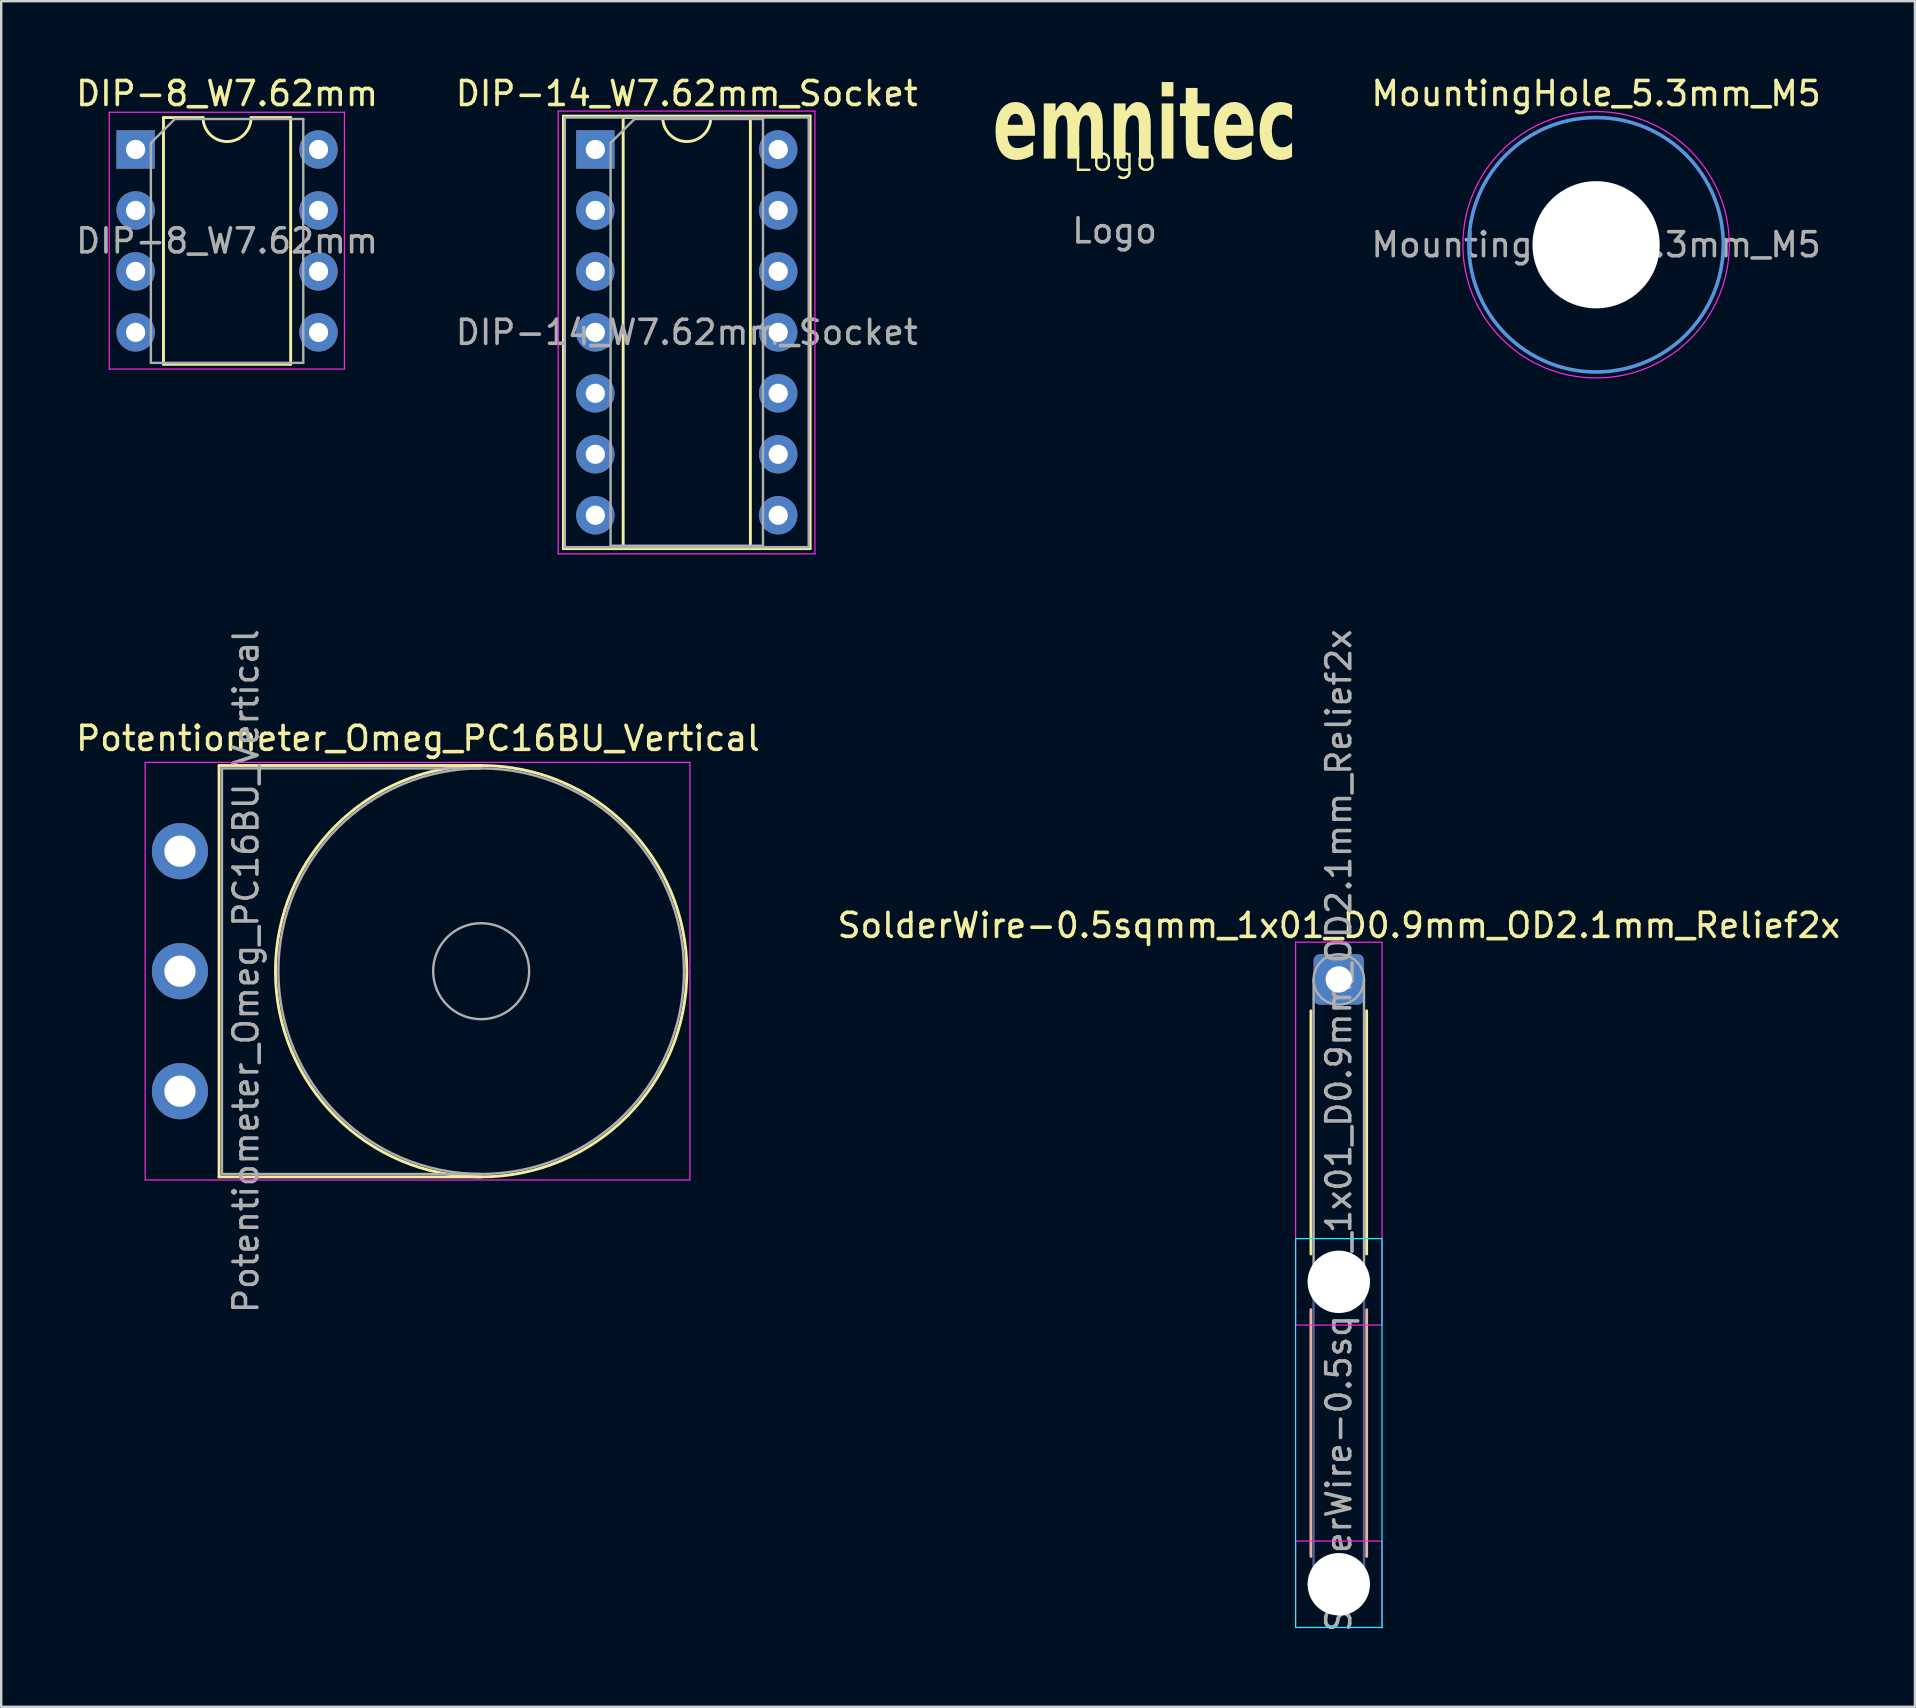
<source format=kicad_pcb>
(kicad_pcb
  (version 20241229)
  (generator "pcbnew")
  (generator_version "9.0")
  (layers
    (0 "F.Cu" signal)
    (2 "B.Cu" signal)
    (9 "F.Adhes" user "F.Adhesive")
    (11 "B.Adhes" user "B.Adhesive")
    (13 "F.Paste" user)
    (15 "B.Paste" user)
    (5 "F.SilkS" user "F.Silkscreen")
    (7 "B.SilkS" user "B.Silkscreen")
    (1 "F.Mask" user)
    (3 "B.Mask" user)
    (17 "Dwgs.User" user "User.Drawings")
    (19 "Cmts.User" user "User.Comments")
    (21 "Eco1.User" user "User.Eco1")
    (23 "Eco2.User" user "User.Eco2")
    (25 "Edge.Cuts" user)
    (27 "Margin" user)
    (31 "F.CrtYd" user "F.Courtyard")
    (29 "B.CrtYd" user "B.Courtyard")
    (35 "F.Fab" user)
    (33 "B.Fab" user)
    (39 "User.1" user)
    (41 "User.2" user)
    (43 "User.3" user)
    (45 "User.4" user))
  (footprint "SolderWire-0.5sqmm_1x01_D0.9mm_OD2.1mm_Relief2x"
    (layer "F.Cu")
    (at 52.732 37.759)
    (property "Reference" "SolderWire-0.5sqmm_1x01_D0.9mm_OD2.1mm_Relief2x" (at 0 -2.25 0) (layer "F.SilkS") (effects (font (size 1 1) (thickness 0.15))))
    (attr exclude_from_pos_files exclude_from_bom)
    (fp_line (start -1.16 1.31) (end -1.16 11.44) (stroke (width 0.12) (type solid)) (layer "F.SilkS"))
    (fp_line (start 1.16 1.31) (end 1.16 11.44) (stroke (width 0.12) (type solid)) (layer "F.SilkS"))
    (fp_line (start -1.16 13.76) (end -1.16 24.04) (stroke (width 0.12) (type solid)) (layer "B.SilkS"))
    (fp_line (start 1.16 13.76) (end 1.16 24.04) (stroke (width 0.12) (type solid)) (layer "B.SilkS"))
    (fp_line (start -1.8 10.8) (end -1.8 27) (stroke (width 0.05) (type solid)) (layer "B.CrtYd"))
    (fp_line (start -1.8 27) (end 1.8 27) (stroke (width 0.05) (type solid)) (layer "B.CrtYd"))
    (fp_line (start 1.8 10.8) (end -1.8 10.8) (stroke (width 0.05) (type solid)) (layer "B.CrtYd"))
    (fp_line (start 1.8 27) (end 1.8 10.8) (stroke (width 0.05) (type solid)) (layer "B.CrtYd"))
    (fp_line (start -1.8 -1.55) (end -1.8 14.4) (stroke (width 0.05) (type solid)) (layer "F.CrtYd"))
    (fp_line (start -1.8 14.4) (end 1.8 14.4) (stroke (width 0.05) (type solid)) (layer "F.CrtYd"))
    (fp_line (start -1.8 23.4) (end -1.8 27) (stroke (width 0.05) (type solid)) (layer "F.CrtYd"))
    (fp_line (start -1.8 27) (end 1.8 27) (stroke (width 0.05) (type solid)) (layer "F.CrtYd"))
    (fp_line (start 1.8 -1.55) (end -1.8 -1.55) (stroke (width 0.05) (type solid)) (layer "F.CrtYd"))
    (fp_line (start 1.8 14.4) (end 1.8 -1.55) (stroke (width 0.05) (type solid)) (layer "F.CrtYd"))
    (fp_line (start 1.8 23.4) (end -1.8 23.4) (stroke (width 0.05) (type solid)) (layer "F.CrtYd"))
    (fp_line (start 1.8 27) (end 1.8 23.4) (stroke (width 0.05) (type solid)) (layer "F.CrtYd"))
    (fp_line (start -1.05 12.6) (end -1.05 25.2) (stroke (width 0.1) (type solid)) (layer "B.Fab"))
    (fp_line (start 1.05 12.6) (end 1.05 25.2) (stroke (width 0.1) (type solid)) (layer "B.Fab"))
    (fp_circle (center 0 12.6) (end 1.05 12.6) (stroke (width 0.1) (type solid)) (fill no) (layer "B.Fab"))
    (fp_circle (center 0 25.2) (end 1.05 25.2) (stroke (width 0.1) (type solid)) (fill no) (layer "B.Fab"))
    (fp_line (start -1.05 0) (end -1.05 12.6) (stroke (width 0.1) (type solid)) (layer "F.Fab"))
    (fp_line (start 1.05 0) (end 1.05 12.6) (stroke (width 0.1) (type solid)) (layer "F.Fab"))
    (fp_circle (center 0 0) (end 1.05 0) (stroke (width 0.1) (type solid)) (fill no) (layer "F.Fab"))
    (fp_circle (center 0 12.6) (end 1.05 12.6) (stroke (width 0.1) (type solid)) (fill no) (layer "F.Fab"))
    (fp_circle (center 0 25.2) (end 1.05 25.2) (stroke (width 0.1) (type solid)) (fill no) (layer "F.Fab"))
    (fp_text user "${REFERENCE}" (at 0 6.3 90) (layer "F.Fab") (effects (font (size 1 1) (thickness 0.15))))
    (pad "" np_thru_hole circle (at 0 12.6) (size 2.6 2.6) (drill 2.6) (layers "*.Cu" "*.Mask"))
    (pad "" np_thru_hole circle (at 0 25.2) (size 2.6 2.6) (drill 2.6) (layers "*.Cu" "*.Mask"))
    (pad "1" thru_hole roundrect (at 0 0) (size 2.1 2.1) (drill 1.1) (layers "*.Cu" "*.Mask") (roundrect_rratio 0.119)))
  (footprint "Logo"
    (layer "F.Cu")
    (at 43.39 4.067)
    (property "Reference" "Logo" (at 0 -0.5 0) (unlocked yes) (layer "F.SilkS") (effects (font (size 1 1) (thickness 0.1))))
    (fp_text user "emnitec" (at -5.08 0 0) (unlocked yes) (layer "F.SilkS") (effects (font (face "Calibri") (size 3 2) (thickness 0.4) (bold yes)) (justify left bottom)))
    (fp_text user "${REFERENCE}" (at 0 2.5 0) (unlocked yes) (layer "F.Fab") (effects (font (size 1 1) (thickness 0.15)))))
  (footprint "MountingHole_5.3mm_M5"
    (layer "F.Cu")
    (at 63.453 7.148)
    (property "Reference" "MountingHole_5.3mm_M5" (at 0 -6.3 0) (layer "F.SilkS") (effects (font (size 1 1) (thickness 0.15))))
    (attr exclude_from_pos_files exclude_from_bom)
    (fp_circle (center 0 0) (end 5.3 0) (stroke (width 0.15) (type solid)) (fill no) (layer "Cmts.User"))
    (fp_circle (center 0 0) (end 5.55 0) (stroke (width 0.05) (type solid)) (fill no) (layer "F.CrtYd"))
    (fp_text user "${REFERENCE}" (at 0 0 0) (layer "F.Fab") (effects (font (size 1 1) (thickness 0.15))))
    (pad "" np_thru_hole circle (at 0 0) (size 5.3 5.3) (drill 5.3) (layers "*.Cu" "*.Mask")))
  (footprint "DIP-8_W7.62mm"
    (layer "F.Cu")
    (at 2.601 3.178)
    (property "Reference" "DIP-8_W7.62mm" (at 3.81 -2.33 0) (layer "F.SilkS") (effects (font (size 1 1) (thickness 0.15))))
    (attr through_hole)
    (fp_line (start 1.16 -1.33) (end 1.16 8.95) (stroke (width 0.12) (type solid)) (layer "F.SilkS"))
    (fp_line (start 1.16 8.95) (end 6.46 8.95) (stroke (width 0.12) (type solid)) (layer "F.SilkS"))
    (fp_line (start 2.81 -1.33) (end 1.16 -1.33) (stroke (width 0.12) (type solid)) (layer "F.SilkS"))
    (fp_line (start 6.46 -1.33) (end 4.81 -1.33) (stroke (width 0.12) (type solid)) (layer "F.SilkS"))
    (fp_line (start 6.46 8.95) (end 6.46 -1.33) (stroke (width 0.12) (type solid)) (layer "F.SilkS"))
    (fp_arc (start 4.81 -1.33) (mid 3.81 -0.33) (end 2.81 -1.33) (stroke (width 0.12) (type solid)) (layer "F.SilkS"))
    (fp_line (start -1.1 -1.55) (end -1.1 9.15) (stroke (width 0.05) (type solid)) (layer "F.CrtYd"))
    (fp_line (start -1.1 9.15) (end 8.7 9.15) (stroke (width 0.05) (type solid)) (layer "F.CrtYd"))
    (fp_line (start 8.7 -1.55) (end -1.1 -1.55) (stroke (width 0.05) (type solid)) (layer "F.CrtYd"))
    (fp_line (start 8.7 9.15) (end 8.7 -1.55) (stroke (width 0.05) (type solid)) (layer "F.CrtYd"))
    (fp_line (start 0.635 -0.27) (end 1.635 -1.27) (stroke (width 0.1) (type solid)) (layer "F.Fab"))
    (fp_line (start 0.635 8.89) (end 0.635 -0.27) (stroke (width 0.1) (type solid)) (layer "F.Fab"))
    (fp_line (start 1.635 -1.27) (end 6.985 -1.27) (stroke (width 0.1) (type solid)) (layer "F.Fab"))
    (fp_line (start 6.985 -1.27) (end 6.985 8.89) (stroke (width 0.1) (type solid)) (layer "F.Fab"))
    (fp_line (start 6.985 8.89) (end 0.635 8.89) (stroke (width 0.1) (type solid)) (layer "F.Fab"))
    (fp_text user "${REFERENCE}" (at 3.81 3.81 0) (layer "F.Fab") (effects (font (size 1 1) (thickness 0.15))))
    (pad "1" thru_hole rect (at 0 0) (size 1.6 1.6) (drill 0.8) (layers "*.Cu" "*.Mask"))
    (pad "2" thru_hole oval (at 0 2.54) (size 1.6 1.6) (drill 0.8) (layers "*.Cu" "*.Mask"))
    (pad "3" thru_hole oval (at 0 5.08) (size 1.6 1.6) (drill 0.8) (layers "*.Cu" "*.Mask"))
    (pad "4" thru_hole oval (at 0 7.62) (size 1.6 1.6) (drill 0.8) (layers "*.Cu" "*.Mask"))
    (pad "5" thru_hole oval (at 7.62 7.62) (size 1.6 1.6) (drill 0.8) (layers "*.Cu" "*.Mask"))
    (pad "6" thru_hole oval (at 7.62 5.08) (size 1.6 1.6) (drill 0.8) (layers "*.Cu" "*.Mask"))
    (pad "7" thru_hole oval (at 7.62 2.54) (size 1.6 1.6) (drill 0.8) (layers "*.Cu" "*.Mask"))
    (pad "8" thru_hole oval (at 7.62 0) (size 1.6 1.6) (drill 0.8) (layers "*.Cu" "*.Mask")))
  (footprint "Potentiometer_Omeg_PC16BU_Vertical"
    (layer "F.Cu")
    (at 4.448 42.416)
    (property "Reference" "Potentiometer_Omeg_PC16BU_Vertical" (at 9.915 -14.7 0) (layer "F.SilkS") (effects (font (size 1 1) (thickness 0.15))))
    (attr through_hole)
    (fp_line (start 1.63 -13.57) (end 1.63 3.57) (stroke (width 0.12) (type solid)) (layer "F.SilkS"))
    (fp_line (start 1.63 -13.57) (end 12.55 -13.57) (stroke (width 0.12) (type solid)) (layer "F.SilkS"))
    (fp_line (start 1.63 3.57) (end 12.55 3.57) (stroke (width 0.12) (type solid)) (layer "F.SilkS"))
    (fp_circle (center 12.55 -5) (end 21.12 -5) (stroke (width 0.12) (type solid)) (fill no) (layer "F.SilkS"))
    (fp_line (start -1.45 -13.7) (end -1.45 3.7) (stroke (width 0.05) (type solid)) (layer "F.CrtYd"))
    (fp_line (start -1.45 3.7) (end 21.25 3.7) (stroke (width 0.05) (type solid)) (layer "F.CrtYd"))
    (fp_line (start 21.25 -13.7) (end -1.45 -13.7) (stroke (width 0.05) (type solid)) (layer "F.CrtYd"))
    (fp_line (start 21.25 3.7) (end 21.25 -13.7) (stroke (width 0.05) (type solid)) (layer "F.CrtYd"))
    (fp_line (start 1.75 -13.45) (end 1.75 3.45) (stroke (width 0.1) (type solid)) (layer "F.Fab"))
    (fp_line (start 1.75 3.45) (end 12.55 3.45) (stroke (width 0.1) (type solid)) (layer "F.Fab"))
    (fp_line (start 12.55 -13.45) (end 1.75 -13.45) (stroke (width 0.1) (type solid)) (layer "F.Fab"))
    (fp_circle (center 12.55 -5) (end 14.55 -5) (stroke (width 0.1) (type solid)) (fill no) (layer "F.Fab"))
    (fp_circle (center 12.55 -5) (end 21 -5) (stroke (width 0.1) (type solid)) (fill no) (layer "F.Fab"))
    (fp_text user "${REFERENCE}" (at 2.75 -5 90) (layer "F.Fab") (effects (font (size 1 1) (thickness 0.15))))
    (pad "1" thru_hole circle (at 0 0) (size 2.34 2.34) (drill 1.3) (layers "*.Cu" "*.Mask"))
    (pad "2" thru_hole circle (at 0 -5) (size 2.34 2.34) (drill 1.3) (layers "*.Cu" "*.Mask"))
    (pad "3" thru_hole circle (at 0 -10) (size 2.34 2.34) (drill 1.3) (layers "*.Cu" "*.Mask")))
  (footprint "DIP-14_W7.62mm_Socket"
    (layer "F.Cu")
    (at 21.755 3.178)
    (property "Reference" "DIP-14_W7.62mm_Socket" (at 3.81 -2.33 0) (layer "F.SilkS") (effects (font (size 1 1) (thickness 0.15))))
    (attr through_hole)
    (fp_line (start -1.33 -1.39) (end -1.33 16.63) (stroke (width 0.12) (type solid)) (layer "F.SilkS"))
    (fp_line (start -1.33 16.63) (end 8.95 16.63) (stroke (width 0.12) (type solid)) (layer "F.SilkS"))
    (fp_line (start 1.16 -1.33) (end 1.16 16.57) (stroke (width 0.12) (type solid)) (layer "F.SilkS"))
    (fp_line (start 1.16 16.57) (end 6.46 16.57) (stroke (width 0.12) (type solid)) (layer "F.SilkS"))
    (fp_line (start 2.81 -1.33) (end 1.16 -1.33) (stroke (width 0.12) (type solid)) (layer "F.SilkS"))
    (fp_line (start 6.46 -1.33) (end 4.81 -1.33) (stroke (width 0.12) (type solid)) (layer "F.SilkS"))
    (fp_line (start 6.46 16.57) (end 6.46 -1.33) (stroke (width 0.12) (type solid)) (layer "F.SilkS"))
    (fp_line (start 8.95 -1.39) (end -1.33 -1.39) (stroke (width 0.12) (type solid)) (layer "F.SilkS"))
    (fp_line (start 8.95 16.63) (end 8.95 -1.39) (stroke (width 0.12) (type solid)) (layer "F.SilkS"))
    (fp_arc (start 4.81 -1.33) (mid 3.81 -0.33) (end 2.81 -1.33) (stroke (width 0.12) (type solid)) (layer "F.SilkS"))
    (fp_line (start -1.55 -1.6) (end -1.55 16.85) (stroke (width 0.05) (type solid)) (layer "F.CrtYd"))
    (fp_line (start -1.55 16.85) (end 9.15 16.85) (stroke (width 0.05) (type solid)) (layer "F.CrtYd"))
    (fp_line (start 9.15 -1.6) (end -1.55 -1.6) (stroke (width 0.05) (type solid)) (layer "F.CrtYd"))
    (fp_line (start 9.15 16.85) (end 9.15 -1.6) (stroke (width 0.05) (type solid)) (layer "F.CrtYd"))
    (fp_line (start -1.27 -1.33) (end -1.27 16.57) (stroke (width 0.1) (type solid)) (layer "F.Fab"))
    (fp_line (start -1.27 16.57) (end 8.89 16.57) (stroke (width 0.1) (type solid)) (layer "F.Fab"))
    (fp_line (start 0.635 -0.27) (end 1.635 -1.27) (stroke (width 0.1) (type solid)) (layer "F.Fab"))
    (fp_line (start 0.635 16.51) (end 0.635 -0.27) (stroke (width 0.1) (type solid)) (layer "F.Fab"))
    (fp_line (start 1.635 -1.27) (end 6.985 -1.27) (stroke (width 0.1) (type solid)) (layer "F.Fab"))
    (fp_line (start 6.985 -1.27) (end 6.985 16.51) (stroke (width 0.1) (type solid)) (layer "F.Fab"))
    (fp_line (start 6.985 16.51) (end 0.635 16.51) (stroke (width 0.1) (type solid)) (layer "F.Fab"))
    (fp_line (start 8.89 -1.33) (end -1.27 -1.33) (stroke (width 0.1) (type solid)) (layer "F.Fab"))
    (fp_line (start 8.89 16.57) (end 8.89 -1.33) (stroke (width 0.1) (type solid)) (layer "F.Fab"))
    (fp_text user "${REFERENCE}" (at 3.81 7.62 0) (layer "F.Fab") (effects (font (size 1 1) (thickness 0.15))))
    (pad "1" thru_hole rect (at 0 0) (size 1.6 1.6) (drill 0.8) (layers "*.Cu" "*.Mask"))
    (pad "2" thru_hole oval (at 0 2.54) (size 1.6 1.6) (drill 0.8) (layers "*.Cu" "*.Mask"))
    (pad "3" thru_hole oval (at 0 5.08) (size 1.6 1.6) (drill 0.8) (layers "*.Cu" "*.Mask"))
    (pad "4" thru_hole oval (at 0 7.62) (size 1.6 1.6) (drill 0.8) (layers "*.Cu" "*.Mask"))
    (pad "5" thru_hole oval (at 0 10.16) (size 1.6 1.6) (drill 0.8) (layers "*.Cu" "*.Mask"))
    (pad "6" thru_hole oval (at 0 12.7) (size 1.6 1.6) (drill 0.8) (layers "*.Cu" "*.Mask"))
    (pad "7" thru_hole oval (at 0 15.24) (size 1.6 1.6) (drill 0.8) (layers "*.Cu" "*.Mask"))
    (pad "8" thru_hole oval (at 7.62 15.24) (size 1.6 1.6) (drill 0.8) (layers "*.Cu" "*.Mask"))
    (pad "9" thru_hole oval (at 7.62 12.7) (size 1.6 1.6) (drill 0.8) (layers "*.Cu" "*.Mask"))
    (pad "10" thru_hole oval (at 7.62 10.16) (size 1.6 1.6) (drill 0.8) (layers "*.Cu" "*.Mask"))
    (pad "11" thru_hole oval (at 7.62 7.62) (size 1.6 1.6) (drill 0.8) (layers "*.Cu" "*.Mask"))
    (pad "12" thru_hole oval (at 7.62 5.08) (size 1.6 1.6) (drill 0.8) (layers "*.Cu" "*.Mask"))
    (pad "13" thru_hole oval (at 7.62 2.54) (size 1.6 1.6) (drill 0.8) (layers "*.Cu" "*.Mask"))
    (pad "14" thru_hole oval (at 7.62 0) (size 1.6 1.6) (drill 0.8) (layers "*.Cu" "*.Mask")))
  (gr_rect
    (start -3 -3)
    (end 76.738 68.065)
    (stroke (width 0.1) (type default))
    (fill no)
    (layer "Edge.Cuts")))
</source>
